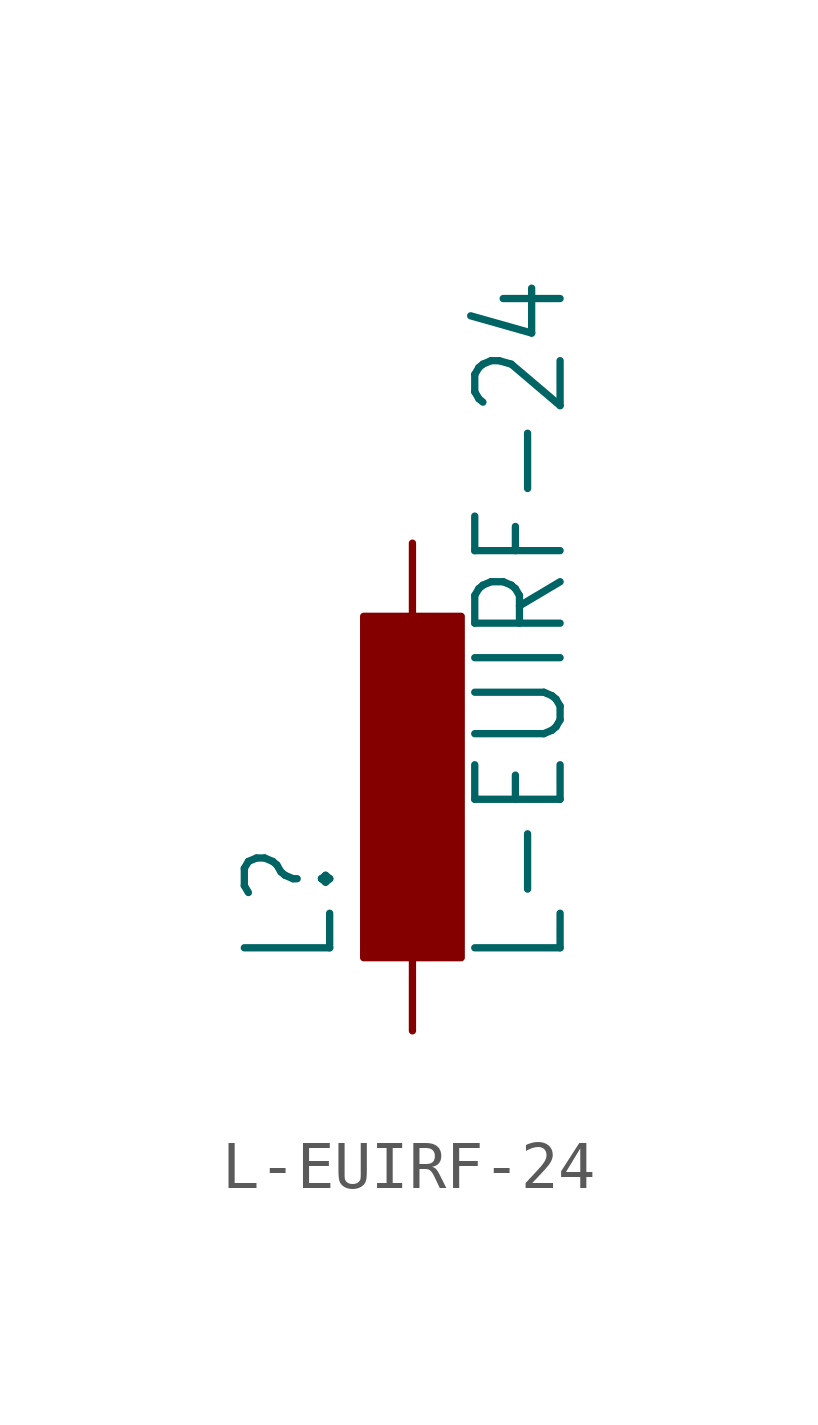
<source format=kicad_sym>
(kicad_symbol_lib
  (version 20211014)
  (generator kicad_symbol_editor)
  (symbol "L-EUIRF-24"
    (property "Reference" "L"
      (at -1.499 -3.81 90)
      (effects (font (size 1.778 1.511)) (justify left bottom)))
    (property "Value" "L-EUIRF-24"
      (at 3.302 -3.81 90)
      (effects (font (size 1.778 1.511)) (justify left bottom)))
    (property "ki_locked" ""
      (at 0 0 0)
      (effects (font (size 1.27 1.27))))
    (symbol "L-EUIRF-24_1_0"
      (rectangle (start -1.016 -3.556) (end 1.016 3.556) (stroke (width 0) (type default) (color 0 0 0 0)) (fill (type outline)))
      (pin passive line (at 0 5.08 270) (length 2.54) (name "1" (effects (font (size 0 0)))) (number "1" (effects (font (size 0 0)))))
      (pin passive line (at 0 -5.08 90) (length 2.54) (name "2" (effects (font (size 0 0)))) (number "2" (effects (font (size 0 0))))))))
</source>
